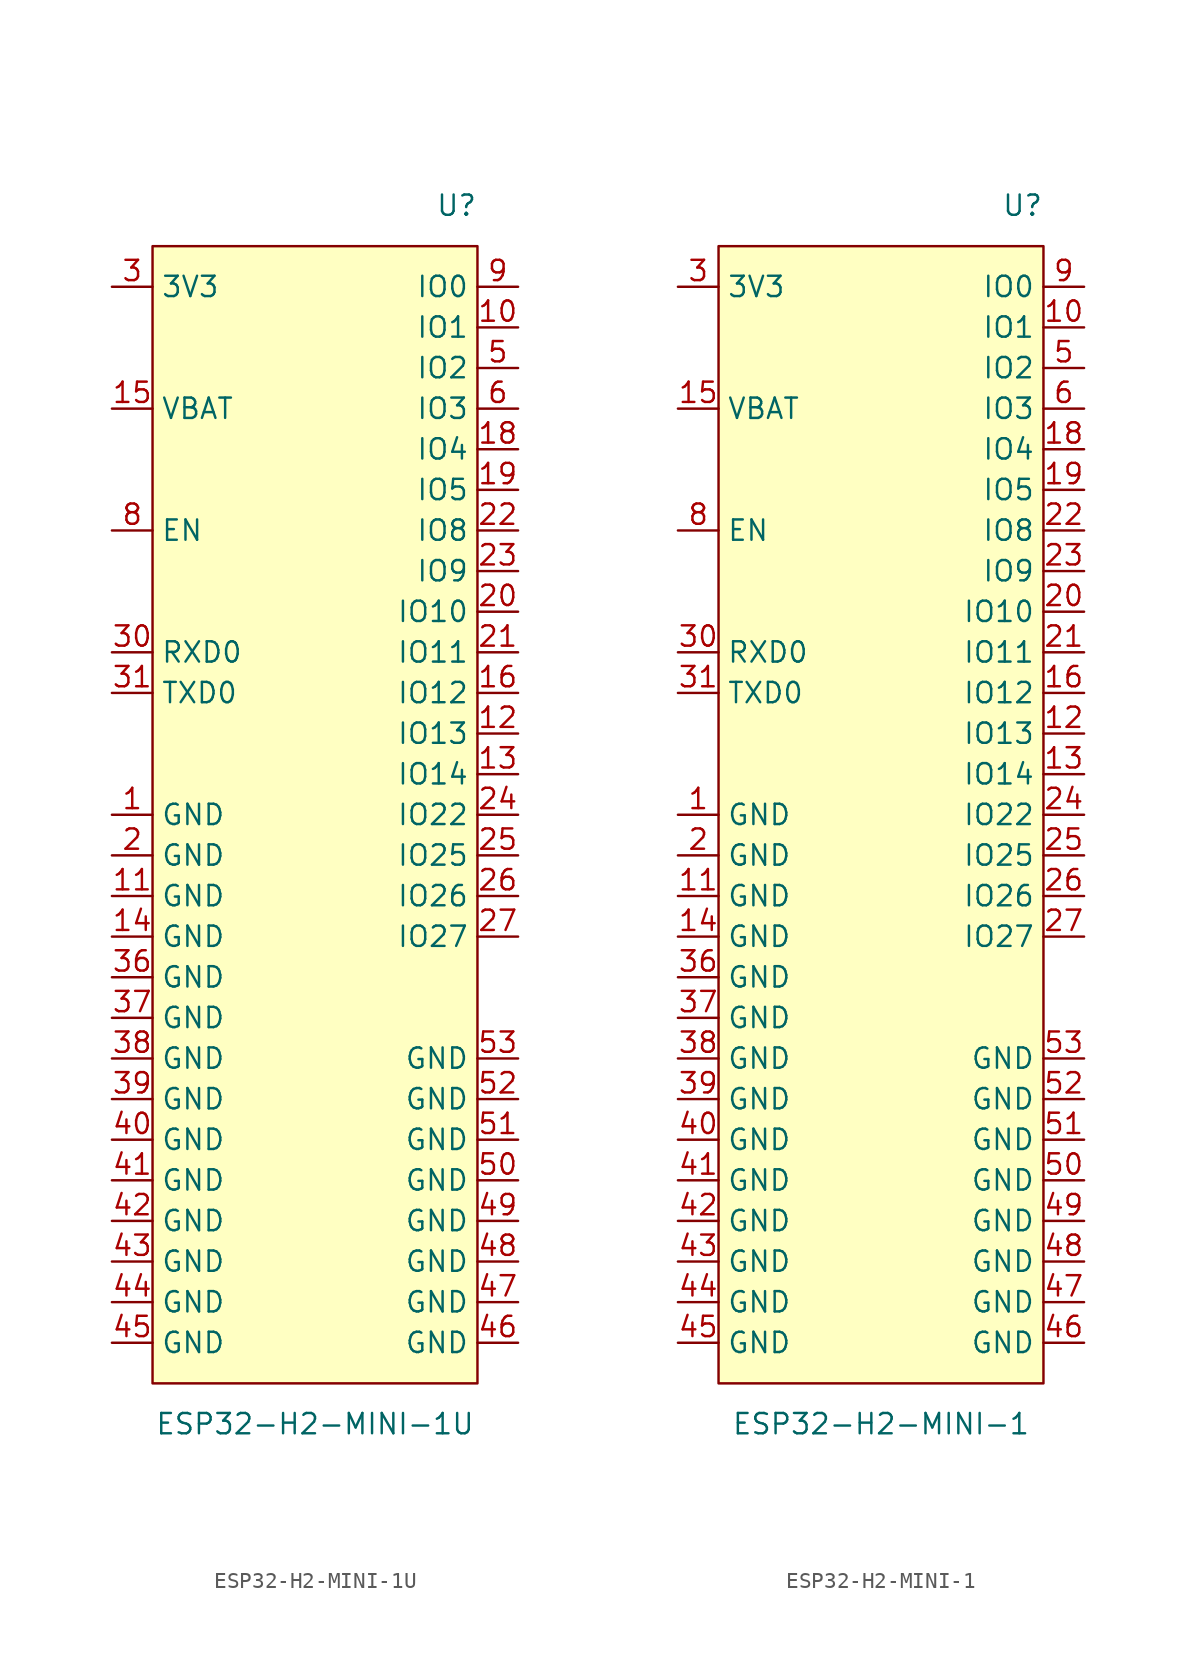
<source format=kicad_sym>
(kicad_symbol_lib
  (version 20231120)
  (generator "kicad_symbol_editor")
  (generator_version "8.0")
  (symbol "ESP32-H2-MINI-1U"
    (property "Reference" "U"
      (at 10.16 38.1 0)
      (effects (font (size 1.27 1.27)) (justify right)))
    (property "Value" "ESP32-H2-MINI-1U"
      (at 0 -38.1 0)
      (effects (font (size 1.27 1.27))))
    (symbol "ESP32-H2-MINI-1U_0_0"
      (pin power_in line (at -12.7 0 0) (length 2.54) (name "GND" (effects (font (size 1.27 1.27)))) (number "1" (effects (font (size 1.27 1.27)))))
      (pin bidirectional line (at 12.7 30.48 180) (length 2.54) (name "IO1" (effects (font (size 1.27 1.27)))) (number "10" (effects (font (size 1.27 1.27)))))
      (pin power_in line (at -12.7 -5.08 0) (length 2.54) (name "GND" (effects (font (size 1.27 1.27)))) (number "11" (effects (font (size 1.27 1.27)))))
      (pin bidirectional line (at 12.7 5.08 180) (length 2.54) (name "IO13" (effects (font (size 1.27 1.27)))) (number "12" (effects (font (size 1.27 1.27)))))
      (pin bidirectional line (at 12.7 2.54 180) (length 2.54) (name "IO14" (effects (font (size 1.27 1.27)))) (number "13" (effects (font (size 1.27 1.27)))))
      (pin power_in line (at -12.7 -7.62 0) (length 2.54) (name "GND" (effects (font (size 1.27 1.27)))) (number "14" (effects (font (size 1.27 1.27)))))
      (pin power_in line (at -12.7 25.4 0) (length 2.54) (name "VBAT" (effects (font (size 1.27 1.27)))) (number "15" (effects (font (size 1.27 1.27)))))
      (pin bidirectional line (at 12.7 7.62 180) (length 2.54) (name "IO12" (effects (font (size 1.27 1.27)))) (number "16" (effects (font (size 1.27 1.27)))))
      (pin bidirectional line (at 12.7 22.86 180) (length 2.54) (name "IO4" (effects (font (size 1.27 1.27)))) (number "18" (effects (font (size 1.27 1.27)))))
      (pin bidirectional line (at 12.7 20.32 180) (length 2.54) (name "IO5" (effects (font (size 1.27 1.27)))) (number "19" (effects (font (size 1.27 1.27)))))
      (pin power_in line (at -12.7 -2.54 0) (length 2.54) (name "GND" (effects (font (size 1.27 1.27)))) (number "2" (effects (font (size 1.27 1.27)))))
      (pin bidirectional line (at 12.7 12.7 180) (length 2.54) (name "IO10" (effects (font (size 1.27 1.27)))) (number "20" (effects (font (size 1.27 1.27)))))
      (pin bidirectional line (at 12.7 10.16 180) (length 2.54) (name "IO11" (effects (font (size 1.27 1.27)))) (number "21" (effects (font (size 1.27 1.27)))))
      (pin bidirectional line (at 12.7 17.78 180) (length 2.54) (name "IO8" (effects (font (size 1.27 1.27)))) (number "22" (effects (font (size 1.27 1.27)))))
      (pin bidirectional line (at 12.7 15.24 180) (length 2.54) (name "IO9" (effects (font (size 1.27 1.27)))) (number "23" (effects (font (size 1.27 1.27)))))
      (pin bidirectional line (at 12.7 0 180) (length 2.54) (name "IO22" (effects (font (size 1.27 1.27)))) (number "24" (effects (font (size 1.27 1.27)))))
      (pin bidirectional line (at 12.7 -2.54 180) (length 2.54) (name "IO25" (effects (font (size 1.27 1.27)))) (number "25" (effects (font (size 1.27 1.27)))))
      (pin bidirectional line (at 12.7 -5.08 180) (length 2.54) (name "IO26" (effects (font (size 1.27 1.27)))) (number "26" (effects (font (size 1.27 1.27)))))
      (pin bidirectional line (at 12.7 -7.62 180) (length 2.54) (name "IO27" (effects (font (size 1.27 1.27)))) (number "27" (effects (font (size 1.27 1.27)))))
      (pin power_in line (at -12.7 33.02 0) (length 2.54) (name "3V3" (effects (font (size 1.27 1.27)))) (number "3" (effects (font (size 1.27 1.27)))))
      (pin bidirectional line (at -12.7 10.16 0) (length 2.54) (name "RXD0" (effects (font (size 1.27 1.27)))) (number "30" (effects (font (size 1.27 1.27)))))
      (pin bidirectional line (at -12.7 7.62 0) (length 2.54) (name "TXD0" (effects (font (size 1.27 1.27)))) (number "31" (effects (font (size 1.27 1.27)))))
      (pin power_in line (at -12.7 -10.16 0) (length 2.54) (name "GND" (effects (font (size 1.27 1.27)))) (number "36" (effects (font (size 1.27 1.27)))))
      (pin power_in line (at -12.7 -12.7 0) (length 2.54) (name "GND" (effects (font (size 1.27 1.27)))) (number "37" (effects (font (size 1.27 1.27)))))
      (pin power_in line (at -12.7 -15.24 0) (length 2.54) (name "GND" (effects (font (size 1.27 1.27)))) (number "38" (effects (font (size 1.27 1.27)))))
      (pin power_in line (at -12.7 -17.78 0) (length 2.54) (name "GND" (effects (font (size 1.27 1.27)))) (number "39" (effects (font (size 1.27 1.27)))))
      (pin power_in line (at -12.7 -20.32 0) (length 2.54) (name "GND" (effects (font (size 1.27 1.27)))) (number "40" (effects (font (size 1.27 1.27)))))
      (pin power_in line (at -12.7 -22.86 0) (length 2.54) (name "GND" (effects (font (size 1.27 1.27)))) (number "41" (effects (font (size 1.27 1.27)))))
      (pin power_in line (at -12.7 -25.4 0) (length 2.54) (name "GND" (effects (font (size 1.27 1.27)))) (number "42" (effects (font (size 1.27 1.27)))))
      (pin power_in line (at -12.7 -27.94 0) (length 2.54) (name "GND" (effects (font (size 1.27 1.27)))) (number "43" (effects (font (size 1.27 1.27)))))
      (pin power_in line (at -12.7 -30.48 0) (length 2.54) (name "GND" (effects (font (size 1.27 1.27)))) (number "44" (effects (font (size 1.27 1.27)))))
      (pin power_in line (at -12.7 -33.02 0) (length 2.54) (name "GND" (effects (font (size 1.27 1.27)))) (number "45" (effects (font (size 1.27 1.27)))))
      (pin power_in line (at 12.7 -33.02 180) (length 2.54) (name "GND" (effects (font (size 1.27 1.27)))) (number "46" (effects (font (size 1.27 1.27)))))
      (pin power_in line (at 12.7 -30.48 180) (length 2.54) (name "GND" (effects (font (size 1.27 1.27)))) (number "47" (effects (font (size 1.27 1.27)))))
      (pin power_in line (at 12.7 -27.94 180) (length 2.54) (name "GND" (effects (font (size 1.27 1.27)))) (number "48" (effects (font (size 1.27 1.27)))))
      (pin power_in line (at 12.7 -25.4 180) (length 2.54) (name "GND" (effects (font (size 1.27 1.27)))) (number "49" (effects (font (size 1.27 1.27)))))
      (pin bidirectional line (at 12.7 27.94 180) (length 2.54) (name "IO2" (effects (font (size 1.27 1.27)))) (number "5" (effects (font (size 1.27 1.27)))))
      (pin power_in line (at 12.7 -22.86 180) (length 2.54) (name "GND" (effects (font (size 1.27 1.27)))) (number "50" (effects (font (size 1.27 1.27)))))
      (pin power_in line (at 12.7 -20.32 180) (length 2.54) (name "GND" (effects (font (size 1.27 1.27)))) (number "51" (effects (font (size 1.27 1.27)))))
      (pin power_in line (at 12.7 -17.78 180) (length 2.54) (name "GND" (effects (font (size 1.27 1.27)))) (number "52" (effects (font (size 1.27 1.27)))))
      (pin power_in line (at 12.7 -15.24 180) (length 2.54) (name "GND" (effects (font (size 1.27 1.27)))) (number "53" (effects (font (size 1.27 1.27)))))
      (pin bidirectional line (at 12.7 25.4 180) (length 2.54) (name "IO3" (effects (font (size 1.27 1.27)))) (number "6" (effects (font (size 1.27 1.27)))))
      (pin input line (at -12.7 17.78 0) (length 2.54) (name "EN" (effects (font (size 1.27 1.27)))) (number "8" (effects (font (size 1.27 1.27)))))
      (pin bidirectional line (at 12.7 33.02 180) (length 2.54) (name "IO0" (effects (font (size 1.27 1.27)))) (number "9" (effects (font (size 1.27 1.27))))))
    (symbol "ESP32-H2-MINI-1U_1_0"
      (pin no_connect line (at 0 0 0) (length 2.54) hide (name "NC" (effects (font (size 1.27 1.27)))) (number "17" (effects (font (size 1.27 1.27)))))
      (pin no_connect line (at 0 0 0) (length 2.54) hide (name "NC" (effects (font (size 1.27 1.27)))) (number "28" (effects (font (size 1.27 1.27)))))
      (pin no_connect line (at 0 0 0) (length 2.54) hide (name "NC" (effects (font (size 1.27 1.27)))) (number "29" (effects (font (size 1.27 1.27)))))
      (pin no_connect line (at 0 0 0) (length 2.54) hide (name "NC" (effects (font (size 1.27 1.27)))) (number "32" (effects (font (size 1.27 1.27)))))
      (pin no_connect line (at 0 0 0) (length 2.54) hide (name "NC" (effects (font (size 1.27 1.27)))) (number "33" (effects (font (size 1.27 1.27)))))
      (pin no_connect line (at 0 0 0) (length 2.54) hide (name "NC" (effects (font (size 1.27 1.27)))) (number "34" (effects (font (size 1.27 1.27)))))
      (pin no_connect line (at 0 0 0) (length 2.54) hide (name "NC" (effects (font (size 1.27 1.27)))) (number "35" (effects (font (size 1.27 1.27)))))
      (pin no_connect line (at 0 0 0) (length 2.54) hide (name "NC" (effects (font (size 1.27 1.27)))) (number "4" (effects (font (size 1.27 1.27)))))
      (pin no_connect line (at 0 0 0) (length 2.54) hide (name "NC" (effects (font (size 1.27 1.27)))) (number "7" (effects (font (size 1.27 1.27))))))
    (symbol "ESP32-H2-MINI-1U_1_1"
      (rectangle (start -10.16 35.56) (end 10.16 -35.56) (stroke (width 0) (type default)) (fill (type background)))))
  (symbol "ESP32-H2-MINI-1"
    (property "Reference" "U"
      (at 10.16 38.1 0)
      (effects (font (size 1.27 1.27)) (justify right)))
    (property "Value" "ESP32-H2-MINI-1"
      (at 0 -38.1 0)
      (effects (font (size 1.27 1.27))))
    (symbol "ESP32-H2-MINI-1_0_0"
      (pin power_in line (at -12.7 0 0) (length 2.54) (name "GND" (effects (font (size 1.27 1.27)))) (number "1" (effects (font (size 1.27 1.27)))))
      (pin bidirectional line (at 12.7 30.48 180) (length 2.54) (name "IO1" (effects (font (size 1.27 1.27)))) (number "10" (effects (font (size 1.27 1.27)))))
      (pin power_in line (at -12.7 -5.08 0) (length 2.54) (name "GND" (effects (font (size 1.27 1.27)))) (number "11" (effects (font (size 1.27 1.27)))))
      (pin bidirectional line (at 12.7 5.08 180) (length 2.54) (name "IO13" (effects (font (size 1.27 1.27)))) (number "12" (effects (font (size 1.27 1.27)))))
      (pin bidirectional line (at 12.7 2.54 180) (length 2.54) (name "IO14" (effects (font (size 1.27 1.27)))) (number "13" (effects (font (size 1.27 1.27)))))
      (pin power_in line (at -12.7 -7.62 0) (length 2.54) (name "GND" (effects (font (size 1.27 1.27)))) (number "14" (effects (font (size 1.27 1.27)))))
      (pin power_in line (at -12.7 25.4 0) (length 2.54) (name "VBAT" (effects (font (size 1.27 1.27)))) (number "15" (effects (font (size 1.27 1.27)))))
      (pin bidirectional line (at 12.7 7.62 180) (length 2.54) (name "IO12" (effects (font (size 1.27 1.27)))) (number "16" (effects (font (size 1.27 1.27)))))
      (pin bidirectional line (at 12.7 22.86 180) (length 2.54) (name "IO4" (effects (font (size 1.27 1.27)))) (number "18" (effects (font (size 1.27 1.27)))))
      (pin bidirectional line (at 12.7 20.32 180) (length 2.54) (name "IO5" (effects (font (size 1.27 1.27)))) (number "19" (effects (font (size 1.27 1.27)))))
      (pin power_in line (at -12.7 -2.54 0) (length 2.54) (name "GND" (effects (font (size 1.27 1.27)))) (number "2" (effects (font (size 1.27 1.27)))))
      (pin bidirectional line (at 12.7 12.7 180) (length 2.54) (name "IO10" (effects (font (size 1.27 1.27)))) (number "20" (effects (font (size 1.27 1.27)))))
      (pin bidirectional line (at 12.7 10.16 180) (length 2.54) (name "IO11" (effects (font (size 1.27 1.27)))) (number "21" (effects (font (size 1.27 1.27)))))
      (pin bidirectional line (at 12.7 17.78 180) (length 2.54) (name "IO8" (effects (font (size 1.27 1.27)))) (number "22" (effects (font (size 1.27 1.27)))))
      (pin bidirectional line (at 12.7 15.24 180) (length 2.54) (name "IO9" (effects (font (size 1.27 1.27)))) (number "23" (effects (font (size 1.27 1.27)))))
      (pin bidirectional line (at 12.7 0 180) (length 2.54) (name "IO22" (effects (font (size 1.27 1.27)))) (number "24" (effects (font (size 1.27 1.27)))))
      (pin bidirectional line (at 12.7 -2.54 180) (length 2.54) (name "IO25" (effects (font (size 1.27 1.27)))) (number "25" (effects (font (size 1.27 1.27)))))
      (pin bidirectional line (at 12.7 -5.08 180) (length 2.54) (name "IO26" (effects (font (size 1.27 1.27)))) (number "26" (effects (font (size 1.27 1.27)))))
      (pin bidirectional line (at 12.7 -7.62 180) (length 2.54) (name "IO27" (effects (font (size 1.27 1.27)))) (number "27" (effects (font (size 1.27 1.27)))))
      (pin power_in line (at -12.7 33.02 0) (length 2.54) (name "3V3" (effects (font (size 1.27 1.27)))) (number "3" (effects (font (size 1.27 1.27)))))
      (pin bidirectional line (at -12.7 10.16 0) (length 2.54) (name "RXD0" (effects (font (size 1.27 1.27)))) (number "30" (effects (font (size 1.27 1.27)))))
      (pin bidirectional line (at -12.7 7.62 0) (length 2.54) (name "TXD0" (effects (font (size 1.27 1.27)))) (number "31" (effects (font (size 1.27 1.27)))))
      (pin power_in line (at -12.7 -10.16 0) (length 2.54) (name "GND" (effects (font (size 1.27 1.27)))) (number "36" (effects (font (size 1.27 1.27)))))
      (pin power_in line (at -12.7 -12.7 0) (length 2.54) (name "GND" (effects (font (size 1.27 1.27)))) (number "37" (effects (font (size 1.27 1.27)))))
      (pin power_in line (at -12.7 -15.24 0) (length 2.54) (name "GND" (effects (font (size 1.27 1.27)))) (number "38" (effects (font (size 1.27 1.27)))))
      (pin power_in line (at -12.7 -17.78 0) (length 2.54) (name "GND" (effects (font (size 1.27 1.27)))) (number "39" (effects (font (size 1.27 1.27)))))
      (pin power_in line (at -12.7 -20.32 0) (length 2.54) (name "GND" (effects (font (size 1.27 1.27)))) (number "40" (effects (font (size 1.27 1.27)))))
      (pin power_in line (at -12.7 -22.86 0) (length 2.54) (name "GND" (effects (font (size 1.27 1.27)))) (number "41" (effects (font (size 1.27 1.27)))))
      (pin power_in line (at -12.7 -25.4 0) (length 2.54) (name "GND" (effects (font (size 1.27 1.27)))) (number "42" (effects (font (size 1.27 1.27)))))
      (pin power_in line (at -12.7 -27.94 0) (length 2.54) (name "GND" (effects (font (size 1.27 1.27)))) (number "43" (effects (font (size 1.27 1.27)))))
      (pin power_in line (at -12.7 -30.48 0) (length 2.54) (name "GND" (effects (font (size 1.27 1.27)))) (number "44" (effects (font (size 1.27 1.27)))))
      (pin power_in line (at -12.7 -33.02 0) (length 2.54) (name "GND" (effects (font (size 1.27 1.27)))) (number "45" (effects (font (size 1.27 1.27)))))
      (pin power_in line (at 12.7 -33.02 180) (length 2.54) (name "GND" (effects (font (size 1.27 1.27)))) (number "46" (effects (font (size 1.27 1.27)))))
      (pin power_in line (at 12.7 -30.48 180) (length 2.54) (name "GND" (effects (font (size 1.27 1.27)))) (number "47" (effects (font (size 1.27 1.27)))))
      (pin power_in line (at 12.7 -27.94 180) (length 2.54) (name "GND" (effects (font (size 1.27 1.27)))) (number "48" (effects (font (size 1.27 1.27)))))
      (pin power_in line (at 12.7 -25.4 180) (length 2.54) (name "GND" (effects (font (size 1.27 1.27)))) (number "49" (effects (font (size 1.27 1.27)))))
      (pin bidirectional line (at 12.7 27.94 180) (length 2.54) (name "IO2" (effects (font (size 1.27 1.27)))) (number "5" (effects (font (size 1.27 1.27)))))
      (pin power_in line (at 12.7 -22.86 180) (length 2.54) (name "GND" (effects (font (size 1.27 1.27)))) (number "50" (effects (font (size 1.27 1.27)))))
      (pin power_in line (at 12.7 -20.32 180) (length 2.54) (name "GND" (effects (font (size 1.27 1.27)))) (number "51" (effects (font (size 1.27 1.27)))))
      (pin power_in line (at 12.7 -17.78 180) (length 2.54) (name "GND" (effects (font (size 1.27 1.27)))) (number "52" (effects (font (size 1.27 1.27)))))
      (pin power_in line (at 12.7 -15.24 180) (length 2.54) (name "GND" (effects (font (size 1.27 1.27)))) (number "53" (effects (font (size 1.27 1.27)))))
      (pin bidirectional line (at 12.7 25.4 180) (length 2.54) (name "IO3" (effects (font (size 1.27 1.27)))) (number "6" (effects (font (size 1.27 1.27)))))
      (pin input line (at -12.7 17.78 0) (length 2.54) (name "EN" (effects (font (size 1.27 1.27)))) (number "8" (effects (font (size 1.27 1.27)))))
      (pin bidirectional line (at 12.7 33.02 180) (length 2.54) (name "IO0" (effects (font (size 1.27 1.27)))) (number "9" (effects (font (size 1.27 1.27))))))
    (symbol "ESP32-H2-MINI-1_1_0"
      (pin no_connect line (at 0 0 0) (length 2.54) hide (name "NC" (effects (font (size 1.27 1.27)))) (number "17" (effects (font (size 1.27 1.27)))))
      (pin no_connect line (at 0 0 0) (length 2.54) hide (name "NC" (effects (font (size 1.27 1.27)))) (number "28" (effects (font (size 1.27 1.27)))))
      (pin no_connect line (at 0 0 0) (length 2.54) hide (name "NC" (effects (font (size 1.27 1.27)))) (number "29" (effects (font (size 1.27 1.27)))))
      (pin no_connect line (at 0 0 0) (length 2.54) hide (name "NC" (effects (font (size 1.27 1.27)))) (number "32" (effects (font (size 1.27 1.27)))))
      (pin no_connect line (at 0 0 0) (length 2.54) hide (name "NC" (effects (font (size 1.27 1.27)))) (number "33" (effects (font (size 1.27 1.27)))))
      (pin no_connect line (at 0 0 0) (length 2.54) hide (name "NC" (effects (font (size 1.27 1.27)))) (number "34" (effects (font (size 1.27 1.27)))))
      (pin no_connect line (at 0 0 0) (length 2.54) hide (name "NC" (effects (font (size 1.27 1.27)))) (number "35" (effects (font (size 1.27 1.27)))))
      (pin no_connect line (at 0 0 0) (length 2.54) hide (name "NC" (effects (font (size 1.27 1.27)))) (number "4" (effects (font (size 1.27 1.27)))))
      (pin no_connect line (at 0 0 0) (length 2.54) hide (name "NC" (effects (font (size 1.27 1.27)))) (number "7" (effects (font (size 1.27 1.27))))))
    (symbol "ESP32-H2-MINI-1_1_1"
      (rectangle (start -10.16 35.56) (end 10.16 -35.56) (stroke (width 0) (type default)) (fill (type background))))))
</source>
